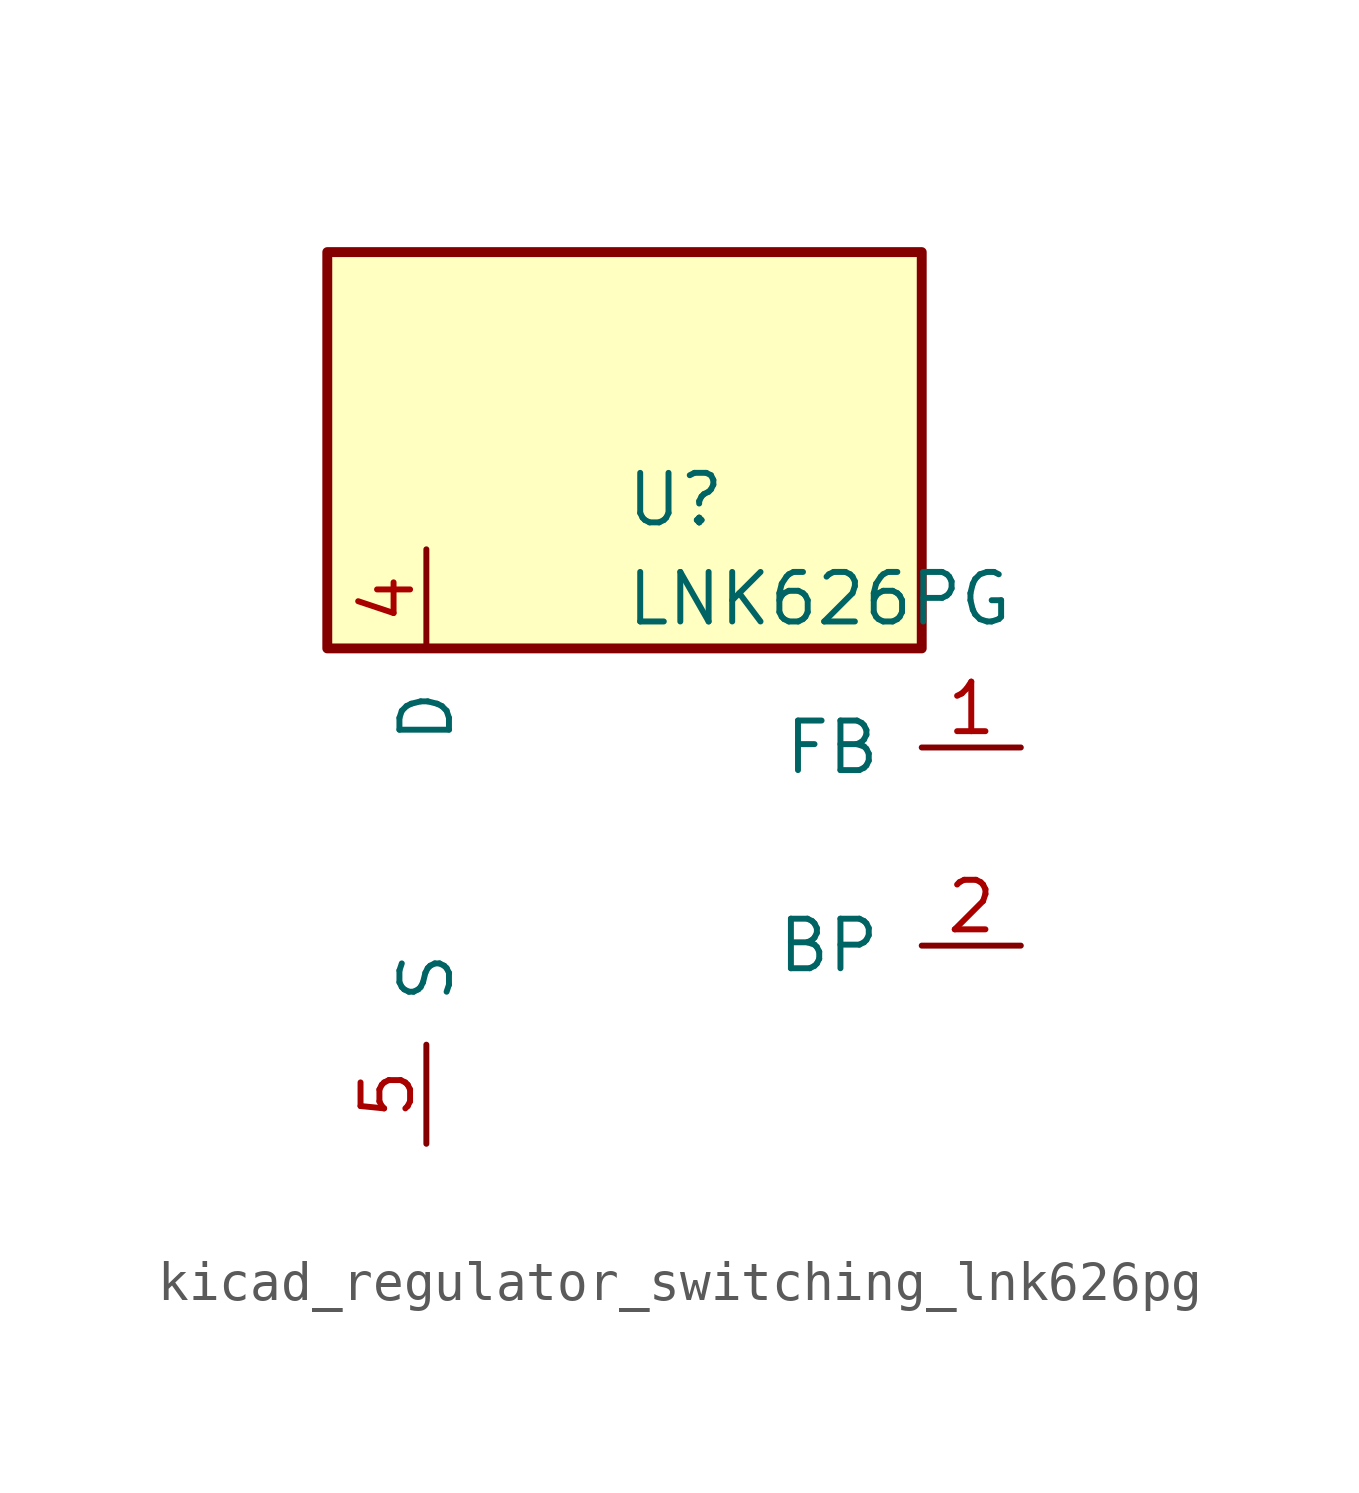
<source format=kicad_sym>
(kicad_symbol_lib
  (version 20220914)
  (generator kicad_symbol_editor)
  (symbol "kicad_regulator_switching_lnk626pg"
    (pin_names
      (offset 1.016))
    (property "Reference" "U"
      (at 0 8.89 0)
      (effects (font (size 1.27 1.27)) (justify left)))
    (property "Value" "LNK626PG"
      (at 0 6.35 0)
      (effects (font (size 1.27 1.27)) (justify left)))
    (symbol "kicad_regulator_switching_lnk626pg_0_1"
      (rectangle (start 7.62 15.24) (end -7.62 5.08) (stroke (width 0.254) (type default)) (fill (type background))))
    (symbol "kicad_regulator_switching_lnk626pg_1_1"
      (pin input line (at 10.16 2.54 180) (length 2.54) (name "FB" (effects (font (size 1.27 1.27)))) (number "1" (effects (font (size 1.27 1.27)))))
      (pin input line (at 10.16 -2.54 180) (length 2.54) (name "BP" (effects (font (size 1.27 1.27)))) (number "2" (effects (font (size 1.27 1.27)))))
      (pin open_collector line (at -5.08 7.62 270) (length 2.54) (name "D" (effects (font (size 1.27 1.27)))) (number "4" (effects (font (size 1.27 1.27)))))
      (pin power_in line (at -5.08 -7.62 90) (length 2.54) (name "S" (effects (font (size 1.27 1.27)))) (number "5" (effects (font (size 1.27 1.27)))))
      (pin passive line (at -5.08 -7.62 90) (length 2.54) hide (name "S" (effects (font (size 1.27 1.27)))) (number "6" (effects (font (size 1.27 1.27)))))
      (pin passive line (at -5.08 -7.62 90) (length 2.54) hide (name "S" (effects (font (size 1.27 1.27)))) (number "7" (effects (font (size 1.27 1.27)))))
      (pin passive line (at -5.08 -7.62 90) (length 2.54) hide (name "S" (effects (font (size 1.27 1.27)))) (number "8" (effects (font (size 1.27 1.27))))))))
</source>
